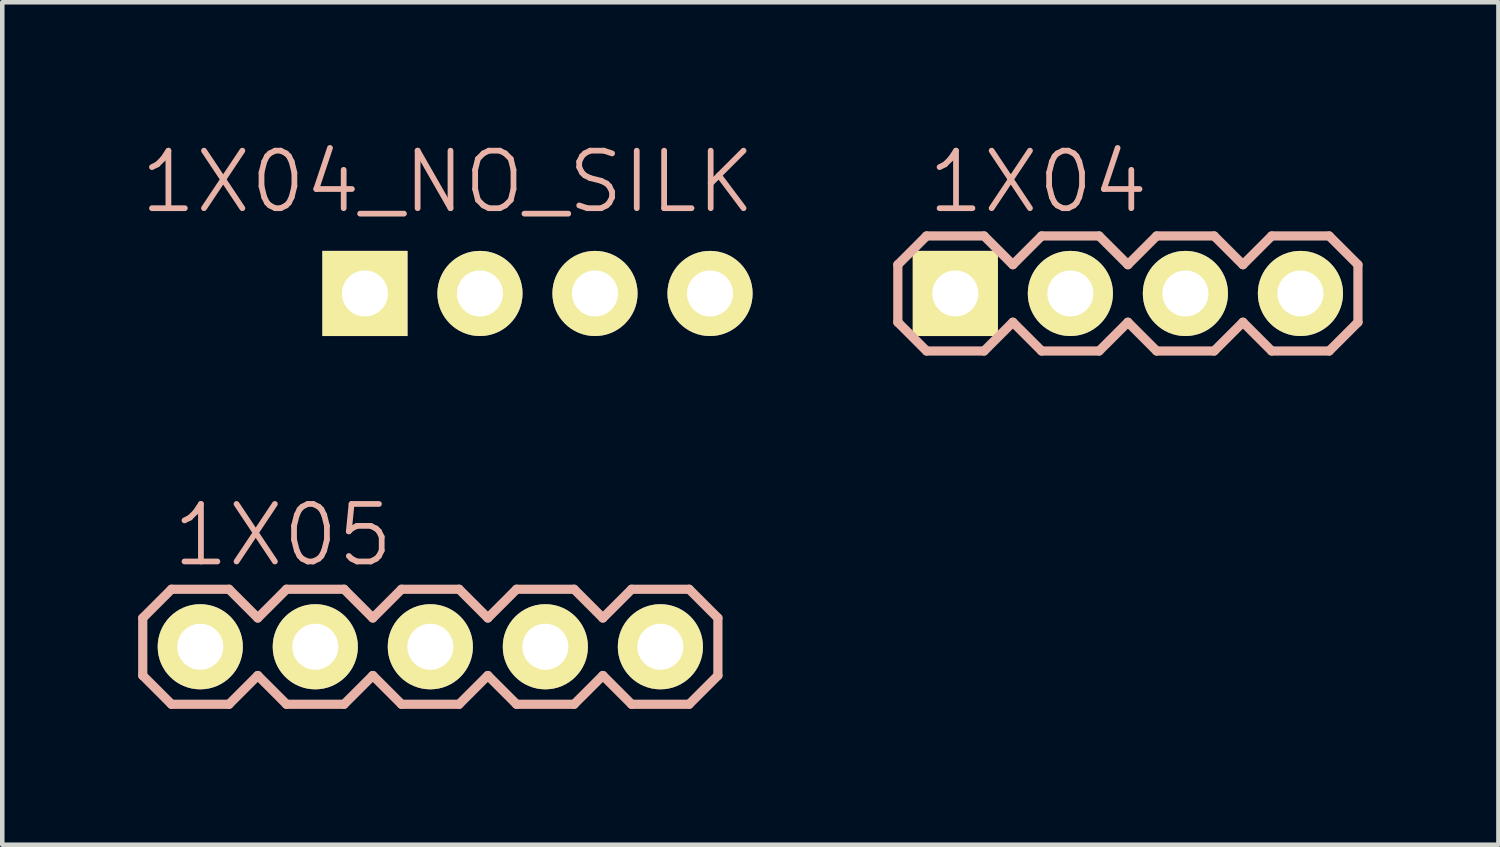
<source format=kicad_pcb>
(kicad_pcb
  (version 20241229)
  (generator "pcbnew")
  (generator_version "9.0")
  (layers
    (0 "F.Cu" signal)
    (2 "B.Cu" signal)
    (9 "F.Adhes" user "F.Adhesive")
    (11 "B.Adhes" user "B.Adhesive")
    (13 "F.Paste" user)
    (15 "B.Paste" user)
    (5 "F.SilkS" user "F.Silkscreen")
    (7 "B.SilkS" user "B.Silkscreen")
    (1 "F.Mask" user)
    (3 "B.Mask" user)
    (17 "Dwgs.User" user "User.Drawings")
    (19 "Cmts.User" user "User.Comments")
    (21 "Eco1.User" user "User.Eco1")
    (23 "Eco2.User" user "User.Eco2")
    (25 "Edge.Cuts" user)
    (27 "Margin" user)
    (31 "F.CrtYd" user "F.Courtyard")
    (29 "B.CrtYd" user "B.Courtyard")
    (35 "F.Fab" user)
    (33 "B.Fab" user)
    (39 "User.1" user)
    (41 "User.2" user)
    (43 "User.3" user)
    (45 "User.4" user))
  (footprint "1X04"
    (layer "F.Cu")
    (at 18.045 3.43)
    (property "Reference" "1X04" (at 1.829 -2.464 0) (layer "B.SilkS") (effects (font (size 1.27 1.27) (thickness 0.127))))
    (attr exclude_from_pos_files exclude_from_bom)
    (fp_line (start -0.254 -0.254) (end 0.254 -0.254) (stroke (width 0.066) (type solid)) (layer "F.SilkS"))
    (fp_line (start -0.254 0.254) (end -0.254 -0.254) (stroke (width 0.066) (type solid)) (layer "F.SilkS"))
    (fp_line (start -0.254 0.254) (end 0.254 0.254) (stroke (width 0.066) (type solid)) (layer "F.SilkS"))
    (fp_line (start 0.254 0.254) (end 0.254 -0.254) (stroke (width 0.066) (type solid)) (layer "F.SilkS"))
    (fp_line (start 2.286 -0.254) (end 2.794 -0.254) (stroke (width 0.066) (type solid)) (layer "F.SilkS"))
    (fp_line (start 2.286 0.254) (end 2.286 -0.254) (stroke (width 0.066) (type solid)) (layer "F.SilkS"))
    (fp_line (start 2.286 0.254) (end 2.794 0.254) (stroke (width 0.066) (type solid)) (layer "F.SilkS"))
    (fp_line (start 2.794 0.254) (end 2.794 -0.254) (stroke (width 0.066) (type solid)) (layer "F.SilkS"))
    (fp_line (start 4.826 -0.254) (end 5.334 -0.254) (stroke (width 0.066) (type solid)) (layer "F.SilkS"))
    (fp_line (start 4.826 0.254) (end 4.826 -0.254) (stroke (width 0.066) (type solid)) (layer "F.SilkS"))
    (fp_line (start 4.826 0.254) (end 5.334 0.254) (stroke (width 0.066) (type solid)) (layer "F.SilkS"))
    (fp_line (start 5.334 0.254) (end 5.334 -0.254) (stroke (width 0.066) (type solid)) (layer "F.SilkS"))
    (fp_line (start 7.366 -0.254) (end 7.874 -0.254) (stroke (width 0.066) (type solid)) (layer "F.SilkS"))
    (fp_line (start 7.366 0.254) (end 7.366 -0.254) (stroke (width 0.066) (type solid)) (layer "F.SilkS"))
    (fp_line (start 7.366 0.254) (end 7.874 0.254) (stroke (width 0.066) (type solid)) (layer "F.SilkS"))
    (fp_line (start 7.874 0.254) (end 7.874 -0.254) (stroke (width 0.066) (type solid)) (layer "F.SilkS"))
    (fp_line (start -1.27 -0.635) (end -1.27 0.635) (stroke (width 0.203) (type solid)) (layer "B.SilkS"))
    (fp_line (start -1.27 0.635) (end -0.635 1.27) (stroke (width 0.203) (type solid)) (layer "B.SilkS"))
    (fp_line (start -0.635 -1.27) (end -1.27 -0.635) (stroke (width 0.203) (type solid)) (layer "B.SilkS"))
    (fp_line (start -0.635 -1.27) (end 0.635 -1.27) (stroke (width 0.203) (type solid)) (layer "B.SilkS"))
    (fp_line (start 0.635 -1.27) (end 1.27 -0.635) (stroke (width 0.203) (type solid)) (layer "B.SilkS"))
    (fp_line (start 0.635 1.27) (end -0.635 1.27) (stroke (width 0.203) (type solid)) (layer "B.SilkS"))
    (fp_line (start 1.27 -0.635) (end 1.905 -1.27) (stroke (width 0.203) (type solid)) (layer "B.SilkS"))
    (fp_line (start 1.27 0.635) (end 0.635 1.27) (stroke (width 0.203) (type solid)) (layer "B.SilkS"))
    (fp_line (start 1.905 -1.27) (end 3.175 -1.27) (stroke (width 0.203) (type solid)) (layer "B.SilkS"))
    (fp_line (start 1.905 1.27) (end 1.27 0.635) (stroke (width 0.203) (type solid)) (layer "B.SilkS"))
    (fp_line (start 3.175 -1.27) (end 3.81 -0.635) (stroke (width 0.203) (type solid)) (layer "B.SilkS"))
    (fp_line (start 3.175 1.27) (end 1.905 1.27) (stroke (width 0.203) (type solid)) (layer "B.SilkS"))
    (fp_line (start 3.81 -0.635) (end 4.445 -1.27) (stroke (width 0.203) (type solid)) (layer "B.SilkS"))
    (fp_line (start 3.81 0.635) (end 3.175 1.27) (stroke (width 0.203) (type solid)) (layer "B.SilkS"))
    (fp_line (start 4.445 -1.27) (end 5.715 -1.27) (stroke (width 0.203) (type solid)) (layer "B.SilkS"))
    (fp_line (start 4.445 1.27) (end 3.81 0.635) (stroke (width 0.203) (type solid)) (layer "B.SilkS"))
    (fp_line (start 5.715 -1.27) (end 6.35 -0.635) (stroke (width 0.203) (type solid)) (layer "B.SilkS"))
    (fp_line (start 5.715 1.27) (end 4.445 1.27) (stroke (width 0.203) (type solid)) (layer "B.SilkS"))
    (fp_line (start 6.35 0.635) (end 5.715 1.27) (stroke (width 0.203) (type solid)) (layer "B.SilkS"))
    (fp_line (start 6.35 0.635) (end 6.985 1.27) (stroke (width 0.203) (type solid)) (layer "B.SilkS"))
    (fp_line (start 6.985 -1.27) (end 6.35 -0.635) (stroke (width 0.203) (type solid)) (layer "B.SilkS"))
    (fp_line (start 6.985 -1.27) (end 8.255 -1.27) (stroke (width 0.203) (type solid)) (layer "B.SilkS"))
    (fp_line (start 8.255 -1.27) (end 8.89 -0.635) (stroke (width 0.203) (type solid)) (layer "B.SilkS"))
    (fp_line (start 8.255 1.27) (end 6.985 1.27) (stroke (width 0.203) (type solid)) (layer "B.SilkS"))
    (fp_line (start 8.89 -0.635) (end 8.89 0.635) (stroke (width 0.203) (type solid)) (layer "B.SilkS"))
    (fp_line (start 8.89 0.635) (end 8.255 1.27) (stroke (width 0.203) (type solid)) (layer "B.SilkS"))
    (pad "1" thru_hole rect (at 0 0) (size 1.88 1.88) (drill 1.016) (layers "*.Cu" "F.Mask" "F.SilkS" "F.Paste"))
    (pad "2" thru_hole circle (at 2.54 0) (size 1.88 1.88) (drill 1.016) (layers "*.Cu" "F.Mask" "F.SilkS" "F.Paste"))
    (pad "3" thru_hole circle (at 5.08 0) (size 1.88 1.88) (drill 1.016) (layers "*.Cu" "F.Mask" "F.SilkS" "F.Paste"))
    (pad "4" thru_hole circle (at 7.62 0) (size 1.88 1.88) (drill 1.016) (layers "*.Cu" "F.Mask" "F.SilkS" "F.Paste")))
  (footprint "1X05"
    (layer "F.Cu")
    (at 1.372 11.231)
    (property "Reference" "1X05" (at 1.829 -2.464 0) (layer "B.SilkS") (effects (font (size 1.27 1.27) (thickness 0.127))))
    (attr exclude_from_pos_files exclude_from_bom)
    (fp_line (start -0.254 -0.254) (end 0.254 -0.254) (stroke (width 0.066) (type solid)) (layer "F.SilkS"))
    (fp_line (start -0.254 0.254) (end -0.254 -0.254) (stroke (width 0.066) (type solid)) (layer "F.SilkS"))
    (fp_line (start -0.254 0.254) (end 0.254 0.254) (stroke (width 0.066) (type solid)) (layer "F.SilkS"))
    (fp_line (start 0.254 0.254) (end 0.254 -0.254) (stroke (width 0.066) (type solid)) (layer "F.SilkS"))
    (fp_line (start 2.286 -0.254) (end 2.794 -0.254) (stroke (width 0.066) (type solid)) (layer "F.SilkS"))
    (fp_line (start 2.286 0.254) (end 2.286 -0.254) (stroke (width 0.066) (type solid)) (layer "F.SilkS"))
    (fp_line (start 2.286 0.254) (end 2.794 0.254) (stroke (width 0.066) (type solid)) (layer "F.SilkS"))
    (fp_line (start 2.794 0.254) (end 2.794 -0.254) (stroke (width 0.066) (type solid)) (layer "F.SilkS"))
    (fp_line (start 4.826 -0.254) (end 5.334 -0.254) (stroke (width 0.066) (type solid)) (layer "F.SilkS"))
    (fp_line (start 4.826 0.254) (end 4.826 -0.254) (stroke (width 0.066) (type solid)) (layer "F.SilkS"))
    (fp_line (start 4.826 0.254) (end 5.334 0.254) (stroke (width 0.066) (type solid)) (layer "F.SilkS"))
    (fp_line (start 5.334 0.254) (end 5.334 -0.254) (stroke (width 0.066) (type solid)) (layer "F.SilkS"))
    (fp_line (start 7.366 -0.254) (end 7.874 -0.254) (stroke (width 0.066) (type solid)) (layer "F.SilkS"))
    (fp_line (start 7.366 0.254) (end 7.366 -0.254) (stroke (width 0.066) (type solid)) (layer "F.SilkS"))
    (fp_line (start 7.366 0.254) (end 7.874 0.254) (stroke (width 0.066) (type solid)) (layer "F.SilkS"))
    (fp_line (start 7.874 0.254) (end 7.874 -0.254) (stroke (width 0.066) (type solid)) (layer "F.SilkS"))
    (fp_line (start 9.906 -0.254) (end 10.414 -0.254) (stroke (width 0.066) (type solid)) (layer "F.SilkS"))
    (fp_line (start 9.906 0.254) (end 9.906 -0.254) (stroke (width 0.066) (type solid)) (layer "F.SilkS"))
    (fp_line (start 9.906 0.254) (end 10.414 0.254) (stroke (width 0.066) (type solid)) (layer "F.SilkS"))
    (fp_line (start 10.414 0.254) (end 10.414 -0.254) (stroke (width 0.066) (type solid)) (layer "F.SilkS"))
    (fp_line (start -1.27 -0.635) (end -1.27 0.635) (stroke (width 0.203) (type solid)) (layer "B.SilkS"))
    (fp_line (start -1.27 0.635) (end -0.635 1.27) (stroke (width 0.203) (type solid)) (layer "B.SilkS"))
    (fp_line (start -0.635 -1.27) (end -1.27 -0.635) (stroke (width 0.203) (type solid)) (layer "B.SilkS"))
    (fp_line (start -0.635 -1.27) (end 0.635 -1.27) (stroke (width 0.203) (type solid)) (layer "B.SilkS"))
    (fp_line (start 0.635 -1.27) (end 1.27 -0.635) (stroke (width 0.203) (type solid)) (layer "B.SilkS"))
    (fp_line (start 0.635 1.27) (end -0.635 1.27) (stroke (width 0.203) (type solid)) (layer "B.SilkS"))
    (fp_line (start 1.27 -0.635) (end 1.905 -1.27) (stroke (width 0.203) (type solid)) (layer "B.SilkS"))
    (fp_line (start 1.27 0.635) (end 0.635 1.27) (stroke (width 0.203) (type solid)) (layer "B.SilkS"))
    (fp_line (start 1.905 -1.27) (end 3.175 -1.27) (stroke (width 0.203) (type solid)) (layer "B.SilkS"))
    (fp_line (start 1.905 1.27) (end 1.27 0.635) (stroke (width 0.203) (type solid)) (layer "B.SilkS"))
    (fp_line (start 3.175 -1.27) (end 3.81 -0.635) (stroke (width 0.203) (type solid)) (layer "B.SilkS"))
    (fp_line (start 3.175 1.27) (end 1.905 1.27) (stroke (width 0.203) (type solid)) (layer "B.SilkS"))
    (fp_line (start 3.81 -0.635) (end 4.445 -1.27) (stroke (width 0.203) (type solid)) (layer "B.SilkS"))
    (fp_line (start 3.81 0.635) (end 3.175 1.27) (stroke (width 0.203) (type solid)) (layer "B.SilkS"))
    (fp_line (start 4.445 -1.27) (end 5.715 -1.27) (stroke (width 0.203) (type solid)) (layer "B.SilkS"))
    (fp_line (start 4.445 1.27) (end 3.81 0.635) (stroke (width 0.203) (type solid)) (layer "B.SilkS"))
    (fp_line (start 5.715 -1.27) (end 6.35 -0.635) (stroke (width 0.203) (type solid)) (layer "B.SilkS"))
    (fp_line (start 5.715 1.27) (end 4.445 1.27) (stroke (width 0.203) (type solid)) (layer "B.SilkS"))
    (fp_line (start 6.35 0.635) (end 5.715 1.27) (stroke (width 0.203) (type solid)) (layer "B.SilkS"))
    (fp_line (start 6.35 0.635) (end 6.985 1.27) (stroke (width 0.203) (type solid)) (layer "B.SilkS"))
    (fp_line (start 6.985 -1.27) (end 6.35 -0.635) (stroke (width 0.203) (type solid)) (layer "B.SilkS"))
    (fp_line (start 6.985 -1.27) (end 8.255 -1.27) (stroke (width 0.203) (type solid)) (layer "B.SilkS"))
    (fp_line (start 8.255 -1.27) (end 8.89 -0.635) (stroke (width 0.203) (type solid)) (layer "B.SilkS"))
    (fp_line (start 8.255 1.27) (end 6.985 1.27) (stroke (width 0.203) (type solid)) (layer "B.SilkS"))
    (fp_line (start 8.89 -0.635) (end 9.525 -1.27) (stroke (width 0.203) (type solid)) (layer "B.SilkS"))
    (fp_line (start 8.89 0.635) (end 8.255 1.27) (stroke (width 0.203) (type solid)) (layer "B.SilkS"))
    (fp_line (start 9.525 -1.27) (end 10.795 -1.27) (stroke (width 0.203) (type solid)) (layer "B.SilkS"))
    (fp_line (start 9.525 1.27) (end 8.89 0.635) (stroke (width 0.203) (type solid)) (layer "B.SilkS"))
    (fp_line (start 10.795 -1.27) (end 11.43 -0.635) (stroke (width 0.203) (type solid)) (layer "B.SilkS"))
    (fp_line (start 10.795 1.27) (end 9.525 1.27) (stroke (width 0.203) (type solid)) (layer "B.SilkS"))
    (fp_line (start 11.43 -0.635) (end 11.43 0.635) (stroke (width 0.203) (type solid)) (layer "B.SilkS"))
    (fp_line (start 11.43 0.635) (end 10.795 1.27) (stroke (width 0.203) (type solid)) (layer "B.SilkS"))
    (pad "1" thru_hole circle (at 0 0) (size 1.88 1.88) (drill 1.016) (layers "*.Cu" "F.Mask" "F.SilkS" "F.Paste"))
    (pad "2" thru_hole circle (at 2.54 0) (size 1.88 1.88) (drill 1.016) (layers "*.Cu" "F.Mask" "F.SilkS" "F.Paste"))
    (pad "3" thru_hole circle (at 5.08 0) (size 1.88 1.88) (drill 1.016) (layers "*.Cu" "F.Mask" "F.SilkS" "F.Paste"))
    (pad "4" thru_hole circle (at 7.62 0) (size 1.88 1.88) (drill 1.016) (layers "*.Cu" "F.Mask" "F.SilkS" "F.Paste"))
    (pad "5" thru_hole circle (at 10.16 0) (size 1.88 1.88) (drill 1.016) (layers "*.Cu" "F.Mask" "F.SilkS" "F.Paste")))
  (footprint "1X04_NO_SILK"
    (layer "F.Cu")
    (at 5.008 3.43)
    (property "Reference" "1X04_NO_SILK" (at 1.829 -2.464 0) (layer "B.SilkS") (effects (font (size 1.27 1.27) (thickness 0.127))))
    (attr exclude_from_pos_files exclude_from_bom)
    (fp_line (start -0.254 -0.254) (end 0.254 -0.254) (stroke (width 0.066) (type solid)) (layer "F.SilkS"))
    (fp_line (start -0.254 0.254) (end -0.254 -0.254) (stroke (width 0.066) (type solid)) (layer "F.SilkS"))
    (fp_line (start -0.254 0.254) (end 0.254 0.254) (stroke (width 0.066) (type solid)) (layer "F.SilkS"))
    (fp_line (start 0.254 0.254) (end 0.254 -0.254) (stroke (width 0.066) (type solid)) (layer "F.SilkS"))
    (fp_line (start 2.286 -0.254) (end 2.794 -0.254) (stroke (width 0.066) (type solid)) (layer "F.SilkS"))
    (fp_line (start 2.286 0.254) (end 2.286 -0.254) (stroke (width 0.066) (type solid)) (layer "F.SilkS"))
    (fp_line (start 2.286 0.254) (end 2.794 0.254) (stroke (width 0.066) (type solid)) (layer "F.SilkS"))
    (fp_line (start 2.794 0.254) (end 2.794 -0.254) (stroke (width 0.066) (type solid)) (layer "F.SilkS"))
    (fp_line (start 4.826 -0.254) (end 5.334 -0.254) (stroke (width 0.066) (type solid)) (layer "F.SilkS"))
    (fp_line (start 4.826 0.254) (end 4.826 -0.254) (stroke (width 0.066) (type solid)) (layer "F.SilkS"))
    (fp_line (start 4.826 0.254) (end 5.334 0.254) (stroke (width 0.066) (type solid)) (layer "F.SilkS"))
    (fp_line (start 5.334 0.254) (end 5.334 -0.254) (stroke (width 0.066) (type solid)) (layer "F.SilkS"))
    (fp_line (start 7.366 -0.254) (end 7.874 -0.254) (stroke (width 0.066) (type solid)) (layer "F.SilkS"))
    (fp_line (start 7.366 0.254) (end 7.366 -0.254) (stroke (width 0.066) (type solid)) (layer "F.SilkS"))
    (fp_line (start 7.366 0.254) (end 7.874 0.254) (stroke (width 0.066) (type solid)) (layer "F.SilkS"))
    (fp_line (start 7.874 0.254) (end 7.874 -0.254) (stroke (width 0.066) (type solid)) (layer "F.SilkS"))
    (pad "1" thru_hole rect (at 0 0) (size 1.88 1.88) (drill 1.016) (layers "*.Cu" "F.Mask" "F.SilkS" "F.Paste"))
    (pad "2" thru_hole circle (at 2.54 0) (size 1.88 1.88) (drill 1.016) (layers "*.Cu" "F.Mask" "F.SilkS" "F.Paste"))
    (pad "3" thru_hole circle (at 5.08 0) (size 1.88 1.88) (drill 1.016) (layers "*.Cu" "F.Mask" "F.SilkS" "F.Paste"))
    (pad "4" thru_hole circle (at 7.62 0) (size 1.88 1.88) (drill 1.016) (layers "*.Cu" "F.Mask" "F.SilkS" "F.Paste")))
  (gr_rect
    (start -3 -3)
    (end 30.037 15.602)
    (stroke (width 0.1) (type default))
    (fill no)
    (layer "Edge.Cuts")))
</source>
